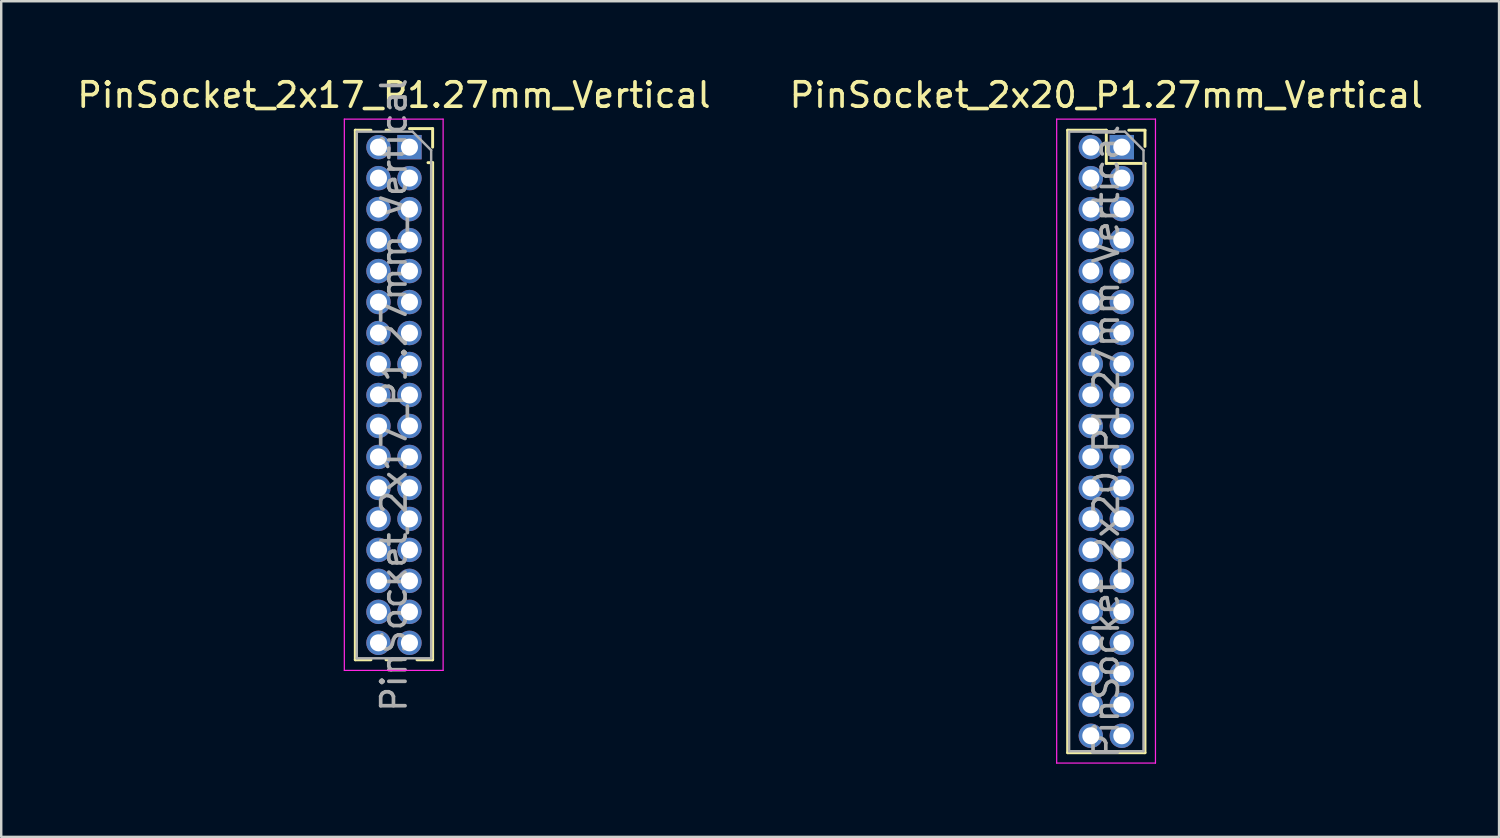
<source format=kicad_pcb>
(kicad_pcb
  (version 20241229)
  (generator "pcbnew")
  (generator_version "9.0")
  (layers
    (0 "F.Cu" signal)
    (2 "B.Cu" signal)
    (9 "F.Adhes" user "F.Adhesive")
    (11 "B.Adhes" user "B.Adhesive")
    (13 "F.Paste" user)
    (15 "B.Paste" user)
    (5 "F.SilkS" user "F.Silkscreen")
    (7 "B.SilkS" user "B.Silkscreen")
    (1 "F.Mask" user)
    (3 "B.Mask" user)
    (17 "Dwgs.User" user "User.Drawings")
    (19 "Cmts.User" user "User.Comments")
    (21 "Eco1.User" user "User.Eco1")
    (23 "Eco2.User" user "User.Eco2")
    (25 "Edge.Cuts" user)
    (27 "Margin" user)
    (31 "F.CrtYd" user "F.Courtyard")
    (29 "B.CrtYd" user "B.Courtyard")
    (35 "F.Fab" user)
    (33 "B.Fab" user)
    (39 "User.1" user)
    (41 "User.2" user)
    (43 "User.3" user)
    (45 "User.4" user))
  (footprint "PinSocket_2x17_P1.27mm_Vertical"
    (layer "F.Cu")
    (at 13.736 2.983)
    (property "Reference" "PinSocket_2x17_P1.27mm_Vertical" (at -0.635 -2.135 0) (layer "F.SilkS") (effects (font (size 1 1) (thickness 0.15))))
    (attr through_hole)
    (fp_line (start -2.22 -0.695) (end -2.22 21.015) (stroke (width 0.12) (type solid)) (layer "F.SilkS"))
    (fp_line (start -2.22 -0.695) (end -1.578 -0.695) (stroke (width 0.12) (type solid)) (layer "F.SilkS"))
    (fp_line (start -2.22 21.015) (end -1.578 21.015) (stroke (width 0.12) (type solid)) (layer "F.SilkS"))
    (fp_line (start -0.962 -0.695) (end -0.76 -0.695) (stroke (width 0.12) (type solid)) (layer "F.SilkS"))
    (fp_line (start -0.962 21.015) (end -0.308 21.015) (stroke (width 0.12) (type solid)) (layer "F.SilkS"))
    (fp_line (start 0 -0.76) (end 0.95 -0.76) (stroke (width 0.12) (type solid)) (layer "F.SilkS"))
    (fp_line (start 0.308 21.015) (end 0.95 21.015) (stroke (width 0.12) (type solid)) (layer "F.SilkS"))
    (fp_line (start 0.76 0.635) (end 0.95 0.635) (stroke (width 0.12) (type solid)) (layer "F.SilkS"))
    (fp_line (start 0.95 -0.76) (end 0.95 0) (stroke (width 0.12) (type solid)) (layer "F.SilkS"))
    (fp_line (start 0.95 0.635) (end 0.95 21.015) (stroke (width 0.12) (type solid)) (layer "F.SilkS"))
    (fp_line (start -2.67 -1.15) (end 1.38 -1.15) (stroke (width 0.05) (type solid)) (layer "F.CrtYd"))
    (fp_line (start -2.67 21.45) (end -2.67 -1.15) (stroke (width 0.05) (type solid)) (layer "F.CrtYd"))
    (fp_line (start 1.38 -1.15) (end 1.38 21.45) (stroke (width 0.05) (type solid)) (layer "F.CrtYd"))
    (fp_line (start 1.38 21.45) (end -2.67 21.45) (stroke (width 0.05) (type solid)) (layer "F.CrtYd"))
    (fp_line (start -2.16 -0.635) (end 0.128 -0.635) (stroke (width 0.1) (type solid)) (layer "F.Fab"))
    (fp_line (start -2.16 20.955) (end -2.16 -0.635) (stroke (width 0.1) (type solid)) (layer "F.Fab"))
    (fp_line (start 0.128 -0.635) (end 0.89 0.128) (stroke (width 0.1) (type solid)) (layer "F.Fab"))
    (fp_line (start 0.89 0.128) (end 0.89 20.955) (stroke (width 0.1) (type solid)) (layer "F.Fab"))
    (fp_line (start 0.89 20.955) (end -2.16 20.955) (stroke (width 0.1) (type solid)) (layer "F.Fab"))
    (fp_text user "${REFERENCE}" (at -0.635 10.16 90) (layer "F.Fab") (effects (font (size 1 1) (thickness 0.15))))
    (pad "1" thru_hole rect (at 0 0) (size 1 1) (drill 0.7) (layers "*.Cu" "*.Mask"))
    (pad "2" thru_hole oval (at -1.27 0) (size 1 1) (drill 0.7) (layers "*.Cu" "*.Mask"))
    (pad "3" thru_hole oval (at 0 1.27) (size 1 1) (drill 0.7) (layers "*.Cu" "*.Mask"))
    (pad "4" thru_hole oval (at -1.27 1.27) (size 1 1) (drill 0.7) (layers "*.Cu" "*.Mask"))
    (pad "5" thru_hole oval (at 0 2.54) (size 1 1) (drill 0.7) (layers "*.Cu" "*.Mask"))
    (pad "6" thru_hole oval (at -1.27 2.54) (size 1 1) (drill 0.7) (layers "*.Cu" "*.Mask"))
    (pad "7" thru_hole oval (at 0 3.81) (size 1 1) (drill 0.7) (layers "*.Cu" "*.Mask"))
    (pad "8" thru_hole oval (at -1.27 3.81) (size 1 1) (drill 0.7) (layers "*.Cu" "*.Mask"))
    (pad "9" thru_hole oval (at 0 5.08) (size 1 1) (drill 0.7) (layers "*.Cu" "*.Mask"))
    (pad "10" thru_hole oval (at -1.27 5.08) (size 1 1) (drill 0.7) (layers "*.Cu" "*.Mask"))
    (pad "11" thru_hole oval (at 0 6.35) (size 1 1) (drill 0.7) (layers "*.Cu" "*.Mask"))
    (pad "12" thru_hole oval (at -1.27 6.35) (size 1 1) (drill 0.7) (layers "*.Cu" "*.Mask"))
    (pad "13" thru_hole oval (at 0 7.62) (size 1 1) (drill 0.7) (layers "*.Cu" "*.Mask"))
    (pad "14" thru_hole oval (at -1.27 7.62) (size 1 1) (drill 0.7) (layers "*.Cu" "*.Mask"))
    (pad "15" thru_hole oval (at 0 8.89) (size 1 1) (drill 0.7) (layers "*.Cu" "*.Mask"))
    (pad "16" thru_hole oval (at -1.27 8.89) (size 1 1) (drill 0.7) (layers "*.Cu" "*.Mask"))
    (pad "17" thru_hole oval (at 0 10.16) (size 1 1) (drill 0.7) (layers "*.Cu" "*.Mask"))
    (pad "18" thru_hole oval (at -1.27 10.16) (size 1 1) (drill 0.7) (layers "*.Cu" "*.Mask"))
    (pad "19" thru_hole oval (at 0 11.43) (size 1 1) (drill 0.7) (layers "*.Cu" "*.Mask"))
    (pad "20" thru_hole oval (at -1.27 11.43) (size 1 1) (drill 0.7) (layers "*.Cu" "*.Mask"))
    (pad "21" thru_hole oval (at 0 12.7) (size 1 1) (drill 0.7) (layers "*.Cu" "*.Mask"))
    (pad "22" thru_hole oval (at -1.27 12.7) (size 1 1) (drill 0.7) (layers "*.Cu" "*.Mask"))
    (pad "23" thru_hole oval (at 0 13.97) (size 1 1) (drill 0.7) (layers "*.Cu" "*.Mask"))
    (pad "24" thru_hole oval (at -1.27 13.97) (size 1 1) (drill 0.7) (layers "*.Cu" "*.Mask"))
    (pad "25" thru_hole oval (at 0 15.24) (size 1 1) (drill 0.7) (layers "*.Cu" "*.Mask"))
    (pad "26" thru_hole oval (at -1.27 15.24) (size 1 1) (drill 0.7) (layers "*.Cu" "*.Mask"))
    (pad "27" thru_hole oval (at 0 16.51) (size 1 1) (drill 0.7) (layers "*.Cu" "*.Mask"))
    (pad "28" thru_hole oval (at -1.27 16.51) (size 1 1) (drill 0.7) (layers "*.Cu" "*.Mask"))
    (pad "29" thru_hole oval (at 0 17.78) (size 1 1) (drill 0.7) (layers "*.Cu" "*.Mask"))
    (pad "30" thru_hole oval (at -1.27 17.78) (size 1 1) (drill 0.7) (layers "*.Cu" "*.Mask"))
    (pad "31" thru_hole oval (at 0 19.05) (size 1 1) (drill 0.7) (layers "*.Cu" "*.Mask"))
    (pad "32" thru_hole oval (at -1.27 19.05) (size 1 1) (drill 0.7) (layers "*.Cu" "*.Mask"))
    (pad "33" thru_hole oval (at 0 20.32) (size 1 1) (drill 0.7) (layers "*.Cu" "*.Mask"))
    (pad "34" thru_hole oval (at -1.27 20.32) (size 1 1) (drill 0.7) (layers "*.Cu" "*.Mask")))
  (footprint "PinSocket_2x20_P1.27mm_Vertical"
    (layer "F.Cu")
    (at 42.939 2.983)
    (property "Reference" "PinSocket_2x20_P1.27mm_Vertical" (at -0.635 -2.135 0) (layer "F.SilkS") (effects (font (size 1 1) (thickness 0.15))))
    (attr through_hole)
    (fp_line (start -2.22 -0.695) (end -2.22 24.825) (stroke (width 0.12) (type solid)) (layer "F.SilkS"))
    (fp_line (start -2.22 24.825) (end 0.95 24.825) (stroke (width 0.12) (type solid)) (layer "F.SilkS"))
    (fp_line (start -0.635 -0.695) (end -2.22 -0.695) (stroke (width 0.12) (type solid)) (layer "F.SilkS"))
    (fp_line (start -0.635 0.665) (end -0.635 -0.695) (stroke (width 0.12) (type solid)) (layer "F.SilkS"))
    (fp_line (start 0.95 -0.695) (end 0.285 -0.695) (stroke (width 0.12) (type solid)) (layer "F.SilkS"))
    (fp_line (start 0.95 -0.03) (end 0.95 -0.695) (stroke (width 0.12) (type solid)) (layer "F.SilkS"))
    (fp_line (start 0.95 0.665) (end -0.635 0.665) (stroke (width 0.12) (type solid)) (layer "F.SilkS"))
    (fp_line (start 0.95 24.825) (end 0.95 0.665) (stroke (width 0.12) (type solid)) (layer "F.SilkS"))
    (fp_line (start -2.67 -1.15) (end 1.38 -1.15) (stroke (width 0.05) (type solid)) (layer "F.CrtYd"))
    (fp_line (start -2.67 25.25) (end -2.67 -1.15) (stroke (width 0.05) (type solid)) (layer "F.CrtYd"))
    (fp_line (start 1.38 -1.15) (end 1.38 25.25) (stroke (width 0.05) (type solid)) (layer "F.CrtYd"))
    (fp_line (start 1.38 25.25) (end -2.67 25.25) (stroke (width 0.05) (type solid)) (layer "F.CrtYd"))
    (fp_line (start -2.16 -0.635) (end 0.128 -0.635) (stroke (width 0.1) (type solid)) (layer "F.Fab"))
    (fp_line (start -2.16 24.765) (end -2.16 -0.635) (stroke (width 0.1) (type solid)) (layer "F.Fab"))
    (fp_line (start 0.128 -0.635) (end 0.89 0.128) (stroke (width 0.1) (type solid)) (layer "F.Fab"))
    (fp_line (start 0.89 0.128) (end 0.89 24.765) (stroke (width 0.1) (type solid)) (layer "F.Fab"))
    (fp_line (start 0.89 24.765) (end -2.16 24.765) (stroke (width 0.1) (type solid)) (layer "F.Fab"))
    (fp_text user "${REFERENCE}" (at -0.635 12.065 90) (layer "F.Fab") (effects (font (size 1 1) (thickness 0.15))))
    (pad "1" thru_hole rect (at 0 0) (size 1 1) (drill 0.7) (layers "*.Cu" "*.Mask"))
    (pad "2" thru_hole oval (at -1.27 0) (size 1 1) (drill 0.7) (layers "*.Cu" "*.Mask"))
    (pad "3" thru_hole oval (at 0 1.27) (size 1 1) (drill 0.7) (layers "*.Cu" "*.Mask"))
    (pad "4" thru_hole oval (at -1.27 1.27) (size 1 1) (drill 0.7) (layers "*.Cu" "*.Mask"))
    (pad "5" thru_hole oval (at 0 2.54) (size 1 1) (drill 0.7) (layers "*.Cu" "*.Mask"))
    (pad "6" thru_hole oval (at -1.27 2.54) (size 1 1) (drill 0.7) (layers "*.Cu" "*.Mask"))
    (pad "7" thru_hole oval (at 0 3.81) (size 1 1) (drill 0.7) (layers "*.Cu" "*.Mask"))
    (pad "8" thru_hole oval (at -1.27 3.81) (size 1 1) (drill 0.7) (layers "*.Cu" "*.Mask"))
    (pad "9" thru_hole oval (at 0 5.08) (size 1 1) (drill 0.7) (layers "*.Cu" "*.Mask"))
    (pad "10" thru_hole oval (at -1.27 5.08) (size 1 1) (drill 0.7) (layers "*.Cu" "*.Mask"))
    (pad "11" thru_hole oval (at 0 6.35) (size 1 1) (drill 0.7) (layers "*.Cu" "*.Mask"))
    (pad "12" thru_hole oval (at -1.27 6.35) (size 1 1) (drill 0.7) (layers "*.Cu" "*.Mask"))
    (pad "13" thru_hole oval (at 0 7.62) (size 1 1) (drill 0.7) (layers "*.Cu" "*.Mask"))
    (pad "14" thru_hole oval (at -1.27 7.62) (size 1 1) (drill 0.7) (layers "*.Cu" "*.Mask"))
    (pad "15" thru_hole oval (at 0 8.89) (size 1 1) (drill 0.7) (layers "*.Cu" "*.Mask"))
    (pad "16" thru_hole oval (at -1.27 8.89) (size 1 1) (drill 0.7) (layers "*.Cu" "*.Mask"))
    (pad "17" thru_hole oval (at 0 10.16) (size 1 1) (drill 0.7) (layers "*.Cu" "*.Mask"))
    (pad "18" thru_hole oval (at -1.27 10.16) (size 1 1) (drill 0.7) (layers "*.Cu" "*.Mask"))
    (pad "19" thru_hole oval (at 0 11.43) (size 1 1) (drill 0.7) (layers "*.Cu" "*.Mask"))
    (pad "20" thru_hole oval (at -1.27 11.43) (size 1 1) (drill 0.7) (layers "*.Cu" "*.Mask"))
    (pad "21" thru_hole oval (at 0 12.7) (size 1 1) (drill 0.7) (layers "*.Cu" "*.Mask"))
    (pad "22" thru_hole oval (at -1.27 12.7) (size 1 1) (drill 0.7) (layers "*.Cu" "*.Mask"))
    (pad "23" thru_hole oval (at 0 13.97) (size 1 1) (drill 0.7) (layers "*.Cu" "*.Mask"))
    (pad "24" thru_hole oval (at -1.27 13.97) (size 1 1) (drill 0.7) (layers "*.Cu" "*.Mask"))
    (pad "25" thru_hole oval (at 0 15.24) (size 1 1) (drill 0.7) (layers "*.Cu" "*.Mask"))
    (pad "26" thru_hole oval (at -1.27 15.24) (size 1 1) (drill 0.7) (layers "*.Cu" "*.Mask"))
    (pad "27" thru_hole oval (at 0 16.51) (size 1 1) (drill 0.7) (layers "*.Cu" "*.Mask"))
    (pad "28" thru_hole oval (at -1.27 16.51) (size 1 1) (drill 0.7) (layers "*.Cu" "*.Mask"))
    (pad "29" thru_hole oval (at 0 17.78) (size 1 1) (drill 0.7) (layers "*.Cu" "*.Mask"))
    (pad "30" thru_hole oval (at -1.27 17.78) (size 1 1) (drill 0.7) (layers "*.Cu" "*.Mask"))
    (pad "31" thru_hole oval (at 0 19.05) (size 1 1) (drill 0.7) (layers "*.Cu" "*.Mask"))
    (pad "32" thru_hole oval (at -1.27 19.05) (size 1 1) (drill 0.7) (layers "*.Cu" "*.Mask"))
    (pad "33" thru_hole oval (at 0 20.32) (size 1 1) (drill 0.7) (layers "*.Cu" "*.Mask"))
    (pad "34" thru_hole oval (at -1.27 20.32) (size 1 1) (drill 0.7) (layers "*.Cu" "*.Mask"))
    (pad "35" thru_hole oval (at 0 21.59) (size 1 1) (drill 0.7) (layers "*.Cu" "*.Mask"))
    (pad "36" thru_hole oval (at -1.27 21.59) (size 1 1) (drill 0.7) (layers "*.Cu" "*.Mask"))
    (pad "37" thru_hole oval (at 0 22.86) (size 1 1) (drill 0.7) (layers "*.Cu" "*.Mask"))
    (pad "38" thru_hole oval (at -1.27 22.86) (size 1 1) (drill 0.7) (layers "*.Cu" "*.Mask"))
    (pad "39" thru_hole oval (at 0 24.13) (size 1 1) (drill 0.7) (layers "*.Cu" "*.Mask"))
    (pad "40" thru_hole oval (at -1.27 24.13) (size 1 1) (drill 0.7) (layers "*.Cu" "*.Mask")))
  (gr_rect
    (start -3 -3)
    (end 58.405 31.258)
    (stroke (width 0.1) (type default))
    (fill no)
    (layer "Edge.Cuts")))
</source>
